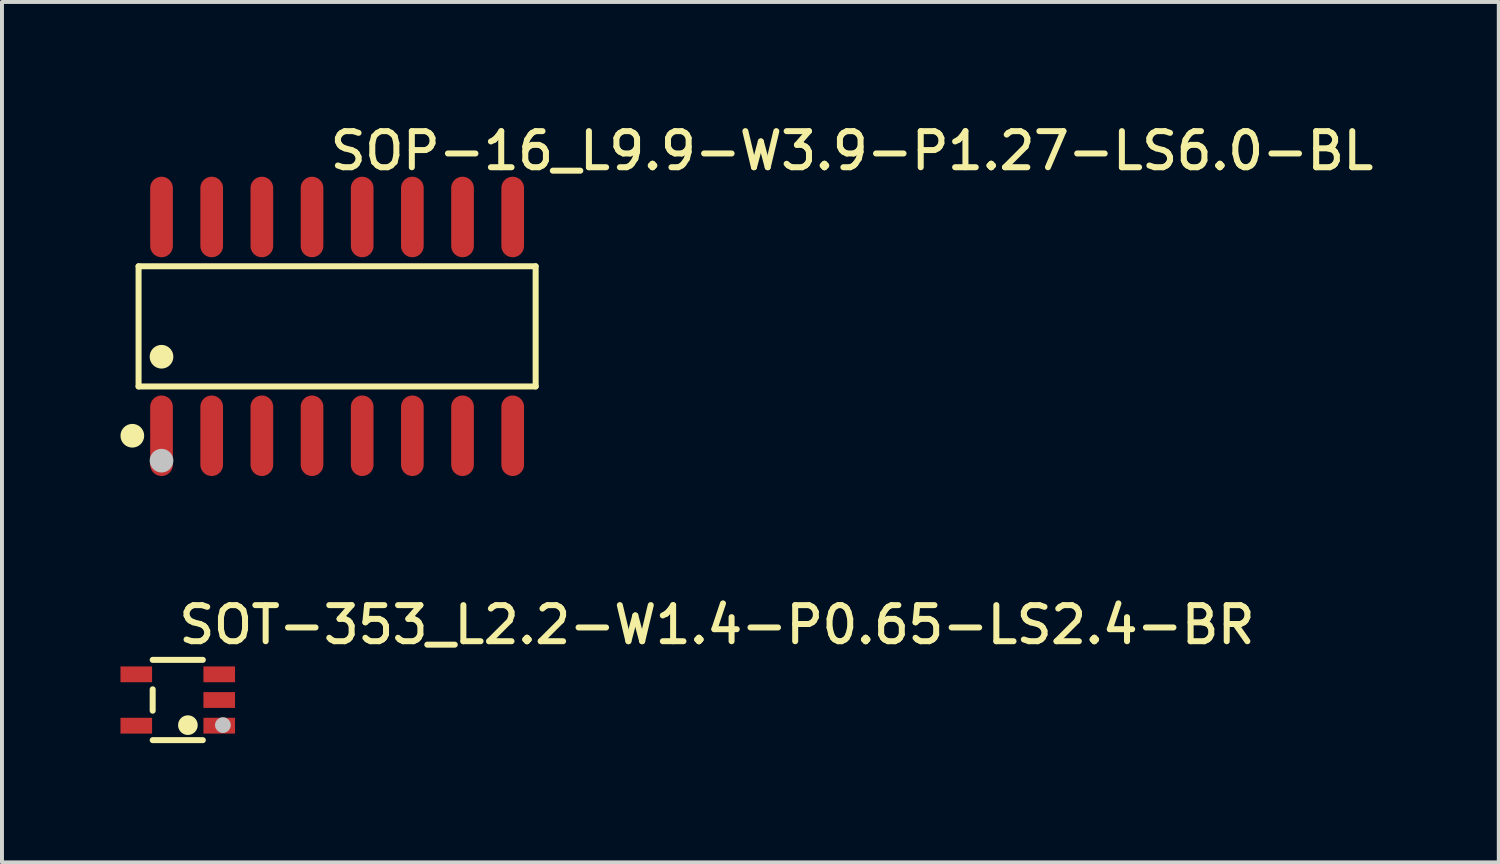
<source format=kicad_pcb>
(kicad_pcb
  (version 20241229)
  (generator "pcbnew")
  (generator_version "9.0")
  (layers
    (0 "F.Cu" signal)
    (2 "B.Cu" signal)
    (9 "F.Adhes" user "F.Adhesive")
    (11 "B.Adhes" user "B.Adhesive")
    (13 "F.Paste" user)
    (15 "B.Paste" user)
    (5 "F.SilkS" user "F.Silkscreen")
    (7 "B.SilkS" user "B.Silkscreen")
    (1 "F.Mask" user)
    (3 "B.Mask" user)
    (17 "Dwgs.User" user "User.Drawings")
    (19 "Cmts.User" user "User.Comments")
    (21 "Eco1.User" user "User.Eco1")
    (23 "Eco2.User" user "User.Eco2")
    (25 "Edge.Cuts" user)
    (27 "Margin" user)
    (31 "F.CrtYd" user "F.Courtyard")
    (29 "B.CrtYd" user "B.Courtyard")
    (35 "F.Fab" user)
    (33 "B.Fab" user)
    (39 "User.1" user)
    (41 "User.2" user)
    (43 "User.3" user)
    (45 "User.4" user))
  (footprint "SOP-16_L9.9-W3.9-P1.27-LS6.0-BL"
    (layer "F.Cu")
    (at 5.484 5.212)
    (property "Reference" "SOP-16_L9.9-W3.9-P1.27-LS6.0-BL" (at -0.254 -4.978 0) (layer "F.SilkS") (effects (font (size 0.914 0.914) (thickness 0.152)) (justify left top)))
    (fp_line (start -5.026 -1.521) (end 5.026 -1.521) (stroke (width 0.152) (type default)) (layer "F.SilkS"))
    (fp_line (start -5.026 1.521) (end -5.026 -1.521) (stroke (width 0.152) (type default)) (layer "F.SilkS"))
    (fp_line (start 5.026 -1.521) (end 5.026 1.521) (stroke (width 0.152) (type default)) (layer "F.SilkS"))
    (fp_line (start 5.026 1.521) (end -5.026 1.521) (stroke (width 0.152) (type default)) (layer "F.SilkS"))
    (fp_circle (center -5.184 2.769) (end -5.034 2.769) (stroke (width 0.3) (type default)) (fill no) (layer "F.SilkS"))
    (fp_circle (center -4.445 0.769) (end -4.295 0.769) (stroke (width 0.3) (type default)) (fill no) (layer "F.SilkS"))
    (fp_circle (center -4.445 3.4) (end -4.295 3.4) (stroke (width 0.3) (type default)) (fill no) (layer "Dwgs.User"))
    (fp_circle (center -4.95 3) (end -4.92 3) (stroke (width 0.06) (type default)) (fill no) (layer "User.5"))
    (pad "1" smd oval (at -4.445 2.769) (size 0.574 2.038) (layers "F.Cu" "F.Mask" "F.Paste"))
    (pad "2" smd oval (at -3.175 2.769) (size 0.574 2.038) (layers "F.Cu" "F.Mask" "F.Paste"))
    (pad "3" smd oval (at -1.905 2.769) (size 0.574 2.038) (layers "F.Cu" "F.Mask" "F.Paste"))
    (pad "4" smd oval (at -0.635 2.769) (size 0.574 2.038) (layers "F.Cu" "F.Mask" "F.Paste"))
    (pad "5" smd oval (at 0.635 2.769) (size 0.574 2.038) (layers "F.Cu" "F.Mask" "F.Paste"))
    (pad "6" smd oval (at 1.905 2.769) (size 0.574 2.038) (layers "F.Cu" "F.Mask" "F.Paste"))
    (pad "7" smd oval (at 3.175 2.769) (size 0.574 2.038) (layers "F.Cu" "F.Mask" "F.Paste"))
    (pad "8" smd oval (at 4.445 2.769) (size 0.574 2.038) (layers "F.Cu" "F.Mask" "F.Paste"))
    (pad "9" smd oval (at 4.445 -2.769) (size 0.574 2.038) (layers "F.Cu" "F.Mask" "F.Paste"))
    (pad "10" smd oval (at 3.175 -2.769) (size 0.574 2.038) (layers "F.Cu" "F.Mask" "F.Paste"))
    (pad "11" smd oval (at 1.905 -2.769) (size 0.574 2.038) (layers "F.Cu" "F.Mask" "F.Paste"))
    (pad "12" smd oval (at 0.635 -2.769) (size 0.574 2.038) (layers "F.Cu" "F.Mask" "F.Paste"))
    (pad "13" smd oval (at -0.635 -2.769) (size 0.574 2.038) (layers "F.Cu" "F.Mask" "F.Paste"))
    (pad "14" smd oval (at -1.905 -2.769) (size 0.574 2.038) (layers "F.Cu" "F.Mask" "F.Paste"))
    (pad "15" smd oval (at -3.175 -2.769) (size 0.574 2.038) (layers "F.Cu" "F.Mask" "F.Paste"))
    (pad "16" smd oval (at -4.445 -2.769) (size 0.574 2.038) (layers "F.Cu" "F.Mask" "F.Paste"))
    (zone (net_name "") (layer "User.3") (hatch edge 0.5) (priority 100) (connect_pads yes) (min_thickness 0) (filled_areas_thickness no) (fill yes) (polygon (pts (xy 0.534 7.162) (xy 0.534 3.262) (xy 10.434 3.262) (xy 10.434 7.162))) (filled_polygon (layer "User.3") (island) (pts (xy 0.534 7.162) (xy 0.534 3.262) (xy 10.434 3.262) (xy 10.434 7.162))))
    (zone (net_name "") (layer "User.4") (hatch edge 0.5) (priority 100) (connect_pads yes) (min_thickness 0) (filled_areas_thickness no) (fill yes) (polygon (pts (xy 0.825 2.862) (xy 0.825 2.212) (xy 1.254 2.212) (xy 1.254 2.862))) (filled_polygon (layer "User.4") (island) (pts (xy 0.825 2.862) (xy 0.825 2.212) (xy 1.254 2.212) (xy 1.254 2.862))))
    (zone (net_name "") (layer "User.4") (hatch edge 0.5) (priority 100) (connect_pads) (min_thickness 0) (filled_areas_thickness no) (keepout (tracks allowed) (vias allowed) (pads allowed) (copperpour not_allowed) (footprints allowed)) (placement (enabled no)) (fill) (polygon (pts (xy 0.825 3.272) (xy 0.825 2.852) (xy 1.254 2.852) (xy 1.254 3.272))))
    (zone (net_name "") (layer "User.4") (hatch edge 0.5) (priority 100) (connect_pads) (min_thickness 0) (filled_areas_thickness no) (keepout (tracks allowed) (vias allowed) (pads allowed) (copperpour not_allowed) (footprints allowed)) (placement (enabled no)) (fill) (polygon (pts (xy 0.825 7.572) (xy 0.825 7.152) (xy 1.254 7.152) (xy 1.254 7.572))))
    (zone (net_name "") (layer "User.4") (hatch edge 0.5) (priority 100) (connect_pads yes) (min_thickness 0) (filled_areas_thickness no) (fill yes) (polygon (pts (xy 0.825 8.212) (xy 0.825 7.562) (xy 1.254 7.562) (xy 1.254 8.212))) (filled_polygon (layer "User.4") (island) (pts (xy 0.825 8.212) (xy 0.825 7.562) (xy 1.254 7.562) (xy 1.254 8.212))))
    (zone (net_name "") (layer "User.4") (hatch edge 0.5) (priority 100) (connect_pads yes) (min_thickness 0) (filled_areas_thickness no) (fill yes) (polygon (pts (xy 2.095 2.862) (xy 2.095 2.212) (xy 2.525 2.212) (xy 2.525 2.862))) (filled_polygon (layer "User.4") (island) (pts (xy 2.095 2.862) (xy 2.095 2.212) (xy 2.525 2.212) (xy 2.525 2.862))))
    (zone (net_name "") (layer "User.4") (hatch edge 0.5) (priority 100) (connect_pads) (min_thickness 0) (filled_areas_thickness no) (keepout (tracks allowed) (vias allowed) (pads allowed) (copperpour not_allowed) (footprints allowed)) (placement (enabled no)) (fill) (polygon (pts (xy 2.095 3.272) (xy 2.095 2.852) (xy 2.525 2.852) (xy 2.525 3.272))))
    (zone (net_name "") (layer "User.4") (hatch edge 0.5) (priority 100) (connect_pads) (min_thickness 0) (filled_areas_thickness no) (keepout (tracks allowed) (vias allowed) (pads allowed) (copperpour not_allowed) (footprints allowed)) (placement (enabled no)) (fill) (polygon (pts (xy 2.095 7.572) (xy 2.095 7.152) (xy 2.525 7.152) (xy 2.525 7.572))))
    (zone (net_name "") (layer "User.4") (hatch edge 0.5) (priority 100) (connect_pads yes) (min_thickness 0) (filled_areas_thickness no) (fill yes) (polygon (pts (xy 2.095 8.212) (xy 2.095 7.562) (xy 2.525 7.562) (xy 2.525 8.212))) (filled_polygon (layer "User.4") (island) (pts (xy 2.095 8.212) (xy 2.095 7.562) (xy 2.525 7.562) (xy 2.525 8.212))))
    (zone (net_name "") (layer "User.4") (hatch edge 0.5) (priority 100) (connect_pads yes) (min_thickness 0) (filled_areas_thickness no) (fill yes) (polygon (pts (xy 3.365 2.862) (xy 3.365 2.212) (xy 3.795 2.212) (xy 3.795 2.862))) (filled_polygon (layer "User.4") (island) (pts (xy 3.365 2.862) (xy 3.365 2.212) (xy 3.795 2.212) (xy 3.795 2.862))))
    (zone (net_name "") (layer "User.4") (hatch edge 0.5) (priority 100) (connect_pads) (min_thickness 0) (filled_areas_thickness no) (keepout (tracks allowed) (vias allowed) (pads allowed) (copperpour not_allowed) (footprints allowed)) (placement (enabled no)) (fill) (polygon (pts (xy 3.365 3.272) (xy 3.365 2.852) (xy 3.795 2.852) (xy 3.795 3.272))))
    (zone (net_name "") (layer "User.4") (hatch edge 0.5) (priority 100) (connect_pads) (min_thickness 0) (filled_areas_thickness no) (keepout (tracks allowed) (vias allowed) (pads allowed) (copperpour not_allowed) (footprints allowed)) (placement (enabled no)) (fill) (polygon (pts (xy 3.365 7.572) (xy 3.365 7.152) (xy 3.795 7.152) (xy 3.795 7.572))))
    (zone (net_name "") (layer "User.4") (hatch edge 0.5) (priority 100) (connect_pads yes) (min_thickness 0) (filled_areas_thickness no) (fill yes) (polygon (pts (xy 3.365 8.212) (xy 3.365 7.562) (xy 3.795 7.562) (xy 3.795 8.212))) (filled_polygon (layer "User.4") (island) (pts (xy 3.365 8.212) (xy 3.365 7.562) (xy 3.795 7.562) (xy 3.795 8.212))))
    (zone (net_name "") (layer "User.4") (hatch edge 0.5) (priority 100) (connect_pads yes) (min_thickness 0) (filled_areas_thickness no) (fill yes) (polygon (pts (xy 4.635 2.862) (xy 4.635 2.212) (xy 5.064 2.212) (xy 5.064 2.862))) (filled_polygon (layer "User.4") (island) (pts (xy 4.635 2.862) (xy 4.635 2.212) (xy 5.064 2.212) (xy 5.064 2.862))))
    (zone (net_name "") (layer "User.4") (hatch edge 0.5) (priority 100) (connect_pads) (min_thickness 0) (filled_areas_thickness no) (keepout (tracks allowed) (vias allowed) (pads allowed) (copperpour not_allowed) (footprints allowed)) (placement (enabled no)) (fill) (polygon (pts (xy 4.635 3.272) (xy 4.635 2.852) (xy 5.064 2.852) (xy 5.064 3.272))))
    (zone (net_name "") (layer "User.4") (hatch edge 0.5) (priority 100) (connect_pads) (min_thickness 0) (filled_areas_thickness no) (keepout (tracks allowed) (vias allowed) (pads allowed) (copperpour not_allowed) (footprints allowed)) (placement (enabled no)) (fill) (polygon (pts (xy 4.635 7.572) (xy 4.635 7.152) (xy 5.064 7.152) (xy 5.064 7.572))))
    (zone (net_name "") (layer "User.4") (hatch edge 0.5) (priority 100) (connect_pads yes) (min_thickness 0) (filled_areas_thickness no) (fill yes) (polygon (pts (xy 4.635 8.212) (xy 4.635 7.562) (xy 5.064 7.562) (xy 5.064 8.212))) (filled_polygon (layer "User.4") (island) (pts (xy 4.635 8.212) (xy 4.635 7.562) (xy 5.064 7.562) (xy 5.064 8.212))))
    (zone (net_name "") (layer "User.4") (hatch edge 0.5) (priority 100) (connect_pads yes) (min_thickness 0) (filled_areas_thickness no) (fill yes) (polygon (pts (xy 5.904 2.862) (xy 5.904 2.212) (xy 6.335 2.212) (xy 6.335 2.862))) (filled_polygon (layer "User.4") (island) (pts (xy 5.904 2.862) (xy 5.904 2.212) (xy 6.335 2.212) (xy 6.335 2.862))))
    (zone (net_name "") (layer "User.4") (hatch edge 0.5) (priority 100) (connect_pads) (min_thickness 0) (filled_areas_thickness no) (keepout (tracks allowed) (vias allowed) (pads allowed) (copperpour not_allowed) (footprints allowed)) (placement (enabled no)) (fill) (polygon (pts (xy 5.904 3.272) (xy 5.904 2.852) (xy 6.335 2.852) (xy 6.335 3.272))))
    (zone (net_name "") (layer "User.4") (hatch edge 0.5) (priority 100) (connect_pads) (min_thickness 0) (filled_areas_thickness no) (keepout (tracks allowed) (vias allowed) (pads allowed) (copperpour not_allowed) (footprints allowed)) (placement (enabled no)) (fill) (polygon (pts (xy 5.904 7.572) (xy 5.904 7.152) (xy 6.335 7.152) (xy 6.335 7.572))))
    (zone (net_name "") (layer "User.4") (hatch edge 0.5) (priority 100) (connect_pads yes) (min_thickness 0) (filled_areas_thickness no) (fill yes) (polygon (pts (xy 5.904 8.212) (xy 5.904 7.562) (xy 6.335 7.562) (xy 6.335 8.212))) (filled_polygon (layer "User.4") (island) (pts (xy 5.904 8.212) (xy 5.904 7.562) (xy 6.335 7.562) (xy 6.335 8.212))))
    (zone (net_name "") (layer "User.4") (hatch edge 0.5) (priority 100) (connect_pads yes) (min_thickness 0) (filled_areas_thickness no) (fill yes) (polygon (pts (xy 7.175 2.862) (xy 7.175 2.212) (xy 7.604 2.212) (xy 7.604 2.862))) (filled_polygon (layer "User.4") (island) (pts (xy 7.175 2.862) (xy 7.175 2.212) (xy 7.604 2.212) (xy 7.604 2.862))))
    (zone (net_name "") (layer "User.4") (hatch edge 0.5) (priority 100) (connect_pads) (min_thickness 0) (filled_areas_thickness no) (keepout (tracks allowed) (vias allowed) (pads allowed) (copperpour not_allowed) (footprints allowed)) (placement (enabled no)) (fill) (polygon (pts (xy 7.175 3.272) (xy 7.175 2.852) (xy 7.604 2.852) (xy 7.604 3.272))))
    (zone (net_name "") (layer "User.4") (hatch edge 0.5) (priority 100) (connect_pads) (min_thickness 0) (filled_areas_thickness no) (keepout (tracks allowed) (vias allowed) (pads allowed) (copperpour not_allowed) (footprints allowed)) (placement (enabled no)) (fill) (polygon (pts (xy 7.175 7.572) (xy 7.175 7.152) (xy 7.604 7.152) (xy 7.604 7.572))))
    (zone (net_name "") (layer "User.4") (hatch edge 0.5) (priority 100) (connect_pads yes) (min_thickness 0) (filled_areas_thickness no) (fill yes) (polygon (pts (xy 7.175 8.212) (xy 7.175 7.562) (xy 7.604 7.562) (xy 7.604 8.212))) (filled_polygon (layer "User.4") (island) (pts (xy 7.175 8.212) (xy 7.175 7.562) (xy 7.604 7.562) (xy 7.604 8.212))))
    (zone (net_name "") (layer "User.4") (hatch edge 0.5) (priority 100) (connect_pads yes) (min_thickness 0) (filled_areas_thickness no) (fill yes) (polygon (pts (xy 8.444 2.862) (xy 8.444 2.212) (xy 8.874 2.212) (xy 8.874 2.862))) (filled_polygon (layer "User.4") (island) (pts (xy 8.444 2.862) (xy 8.444 2.212) (xy 8.874 2.212) (xy 8.874 2.862))))
    (zone (net_name "") (layer "User.4") (hatch edge 0.5) (priority 100) (connect_pads) (min_thickness 0) (filled_areas_thickness no) (keepout (tracks allowed) (vias allowed) (pads allowed) (copperpour not_allowed) (footprints allowed)) (placement (enabled no)) (fill) (polygon (pts (xy 8.444 3.272) (xy 8.444 2.852) (xy 8.874 2.852) (xy 8.874 3.272))))
    (zone (net_name "") (layer "User.4") (hatch edge 0.5) (priority 100) (connect_pads) (min_thickness 0) (filled_areas_thickness no) (keepout (tracks allowed) (vias allowed) (pads allowed) (copperpour not_allowed) (footprints allowed)) (placement (enabled no)) (fill) (polygon (pts (xy 8.444 7.572) (xy 8.444 7.152) (xy 8.874 7.152) (xy 8.874 7.572))))
    (zone (net_name "") (layer "User.4") (hatch edge 0.5) (priority 100) (connect_pads yes) (min_thickness 0) (filled_areas_thickness no) (fill yes) (polygon (pts (xy 8.444 8.212) (xy 8.444 7.562) (xy 8.874 7.562) (xy 8.874 8.212))) (filled_polygon (layer "User.4") (island) (pts (xy 8.444 8.212) (xy 8.444 7.562) (xy 8.874 7.562) (xy 8.874 8.212))))
    (zone (net_name "") (layer "User.4") (hatch edge 0.5) (priority 100) (connect_pads yes) (min_thickness 0) (filled_areas_thickness no) (fill yes) (polygon (pts (xy 9.714 2.862) (xy 9.714 2.212) (xy 10.145 2.212) (xy 10.145 2.862))) (filled_polygon (layer "User.4") (island) (pts (xy 9.714 2.862) (xy 9.714 2.212) (xy 10.145 2.212) (xy 10.145 2.862))))
    (zone (net_name "") (layer "User.4") (hatch edge 0.5) (priority 100) (connect_pads) (min_thickness 0) (filled_areas_thickness no) (keepout (tracks allowed) (vias allowed) (pads allowed) (copperpour not_allowed) (footprints allowed)) (placement (enabled no)) (fill) (polygon (pts (xy 9.714 3.272) (xy 9.714 2.852) (xy 10.145 2.852) (xy 10.145 3.272))))
    (zone (net_name "") (layer "User.4") (hatch edge 0.5) (priority 100) (connect_pads) (min_thickness 0) (filled_areas_thickness no) (keepout (tracks allowed) (vias allowed) (pads allowed) (copperpour not_allowed) (footprints allowed)) (placement (enabled no)) (fill) (polygon (pts (xy 9.714 7.572) (xy 9.714 7.152) (xy 10.145 7.152) (xy 10.145 7.572))))
    (zone (net_name "") (layer "User.4") (hatch edge 0.5) (priority 100) (connect_pads yes) (min_thickness 0) (filled_areas_thickness no) (fill yes) (polygon (pts (xy 9.714 8.212) (xy 9.714 7.562) (xy 10.145 7.562) (xy 10.145 8.212))) (filled_polygon (layer "User.4") (island) (pts (xy 9.714 8.212) (xy 9.714 7.562) (xy 10.145 7.562) (xy 10.145 8.212)))))
  (footprint "SOT-353_L2.2-W1.4-P0.65-LS2.4-BR"
    (layer "F.Cu")
    (at 1.45 14.671)
    (property "Reference" "SOT-353_L2.2-W1.4-P0.65-LS2.4-BR" (at -0.051 -2.438 0) (layer "F.SilkS") (effects (font (size 0.914 0.914) (thickness 0.152)) (justify left top)))
    (fp_line (start -0.635 -1.016) (end 0.635 -1.016) (stroke (width 0.152) (type default)) (layer "F.SilkS"))
    (fp_line (start -0.635 0.271) (end -0.635 -0.271) (stroke (width 0.152) (type default)) (layer "F.SilkS"))
    (fp_line (start 0.635 1.016) (end -0.635 1.016) (stroke (width 0.152) (type default)) (layer "F.SilkS"))
    (fp_arc (start 0.381 0.6375) (mid 0.131994 0.63635) (end 0.381 0.635) (stroke (width 0.2489) (type default)) (layer "F.SilkS"))
    (fp_circle (center 1.143 0.635) (end 1.243 0.635) (stroke (width 0.2) (type default)) (fill no) (layer "Dwgs.User"))
    (fp_circle (center 1.15 1.05) (end 1.18 1.05) (stroke (width 0.06) (type default)) (fill no) (layer "User.5"))
    (pad "1" smd rect (at 1.05 0.65 270) (size 0.4 0.8) (layers "F.Cu" "F.Mask" "F.Paste"))
    (pad "2" smd rect (at 1.05 0 270) (size 0.4 0.8) (layers "F.Cu" "F.Mask" "F.Paste"))
    (pad "3" smd rect (at 1.05 -0.65 270) (size 0.4 0.8) (layers "F.Cu" "F.Mask" "F.Paste"))
    (pad "4" smd rect (at -1.05 -0.65 270) (size 0.4 0.8) (layers "F.Cu" "F.Mask" "F.Paste"))
    (pad "5" smd rect (at -1.05 0.65 270) (size 0.4 0.8) (layers "F.Cu" "F.Mask" "F.Paste"))
    (zone (net_name "") (layer "User.3") (hatch edge 0.5) (priority 100) (connect_pads yes) (min_thickness 0) (filled_areas_thickness no) (fill yes) (polygon (pts (xy 0.8 15.721) (xy 0.8 13.621) (xy 2.1 13.621) (xy 2.1 15.721))) (filled_polygon (layer "User.3") (island) (pts (xy 0.8 15.721) (xy 0.8 13.621) (xy 2.1 13.621) (xy 2.1 15.721))))
    (zone (net_name "") (layer "User.4") (hatch edge 0.5) (priority 100) (connect_pads yes) (min_thickness 0) (filled_areas_thickness no) (fill yes) (polygon (pts (xy 0.3 14.146) (xy 0.3 13.896) (xy 0.66 13.896) (xy 0.66 14.146))) (filled_polygon (layer "User.4") (island) (pts (xy 0.3 14.146) (xy 0.3 13.896) (xy 0.66 13.896) (xy 0.66 14.146))))
    (zone (net_name "") (layer "User.4") (hatch edge 0.5) (priority 100) (connect_pads yes) (min_thickness 0) (filled_areas_thickness no) (fill yes) (polygon (pts (xy 0.3 15.446) (xy 0.3 15.196) (xy 0.66 15.196) (xy 0.66 15.446))) (filled_polygon (layer "User.4") (island) (pts (xy 0.3 15.446) (xy 0.3 15.196) (xy 0.66 15.196) (xy 0.66 15.446))))
    (zone (net_name "") (layer "User.4") (hatch edge 0.5) (priority 100) (connect_pads) (min_thickness 0) (filled_areas_thickness no) (keepout (tracks allowed) (vias allowed) (pads allowed) (copperpour not_allowed) (footprints allowed)) (placement (enabled no)) (fill) (polygon (pts (xy 0.65 14.146) (xy 0.65 13.896) (xy 0.835 13.896) (xy 0.835 14.146))))
    (zone (net_name "") (layer "User.4") (hatch edge 0.5) (priority 100) (connect_pads) (min_thickness 0) (filled_areas_thickness no) (keepout (tracks allowed) (vias allowed) (pads allowed) (copperpour not_allowed) (footprints allowed)) (placement (enabled no)) (fill) (polygon (pts (xy 0.65 15.446) (xy 0.65 15.196) (xy 0.835 15.196) (xy 0.835 15.446))))
    (zone (net_name "") (layer "User.4") (hatch edge 0.5) (priority 100) (connect_pads) (min_thickness 0) (filled_areas_thickness no) (keepout (tracks allowed) (vias allowed) (pads allowed) (copperpour not_allowed) (footprints allowed)) (placement (enabled no)) (fill) (polygon (pts (xy 2.065 14.146) (xy 2.065 13.896) (xy 2.25 13.896) (xy 2.25 14.146))))
    (zone (net_name "") (layer "User.4") (hatch edge 0.5) (priority 100) (connect_pads) (min_thickness 0) (filled_areas_thickness no) (keepout (tracks allowed) (vias allowed) (pads allowed) (copperpour not_allowed) (footprints allowed)) (placement (enabled no)) (fill) (polygon (pts (xy 2.065 14.796) (xy 2.065 14.546) (xy 2.25 14.546) (xy 2.25 14.796))))
    (zone (net_name "") (layer "User.4") (hatch edge 0.5) (priority 100) (connect_pads) (min_thickness 0) (filled_areas_thickness no) (keepout (tracks allowed) (vias allowed) (pads allowed) (copperpour not_allowed) (footprints allowed)) (placement (enabled no)) (fill) (polygon (pts (xy 2.065 15.446) (xy 2.065 15.196) (xy 2.25 15.196) (xy 2.25 15.446))))
    (zone (net_name "") (layer "User.4") (hatch edge 0.5) (priority 100) (connect_pads yes) (min_thickness 0) (filled_areas_thickness no) (fill yes) (polygon (pts (xy 2.24 14.146) (xy 2.24 13.896) (xy 2.6 13.896) (xy 2.6 14.146))) (filled_polygon (layer "User.4") (island) (pts (xy 2.24 14.146) (xy 2.24 13.896) (xy 2.6 13.896) (xy 2.6 14.146))))
    (zone (net_name "") (layer "User.4") (hatch edge 0.5) (priority 100) (connect_pads yes) (min_thickness 0) (filled_areas_thickness no) (fill yes) (polygon (pts (xy 2.24 14.796) (xy 2.24 14.546) (xy 2.6 14.546) (xy 2.6 14.796))) (filled_polygon (layer "User.4") (island) (pts (xy 2.24 14.796) (xy 2.24 14.546) (xy 2.6 14.546) (xy 2.6 14.796))))
    (zone (net_name "") (layer "User.4") (hatch edge 0.5) (priority 100) (connect_pads yes) (min_thickness 0) (filled_areas_thickness no) (fill yes) (polygon (pts (xy 2.24 15.446) (xy 2.24 15.196) (xy 2.6 15.196) (xy 2.6 15.446))) (filled_polygon (layer "User.4") (island) (pts (xy 2.24 15.446) (xy 2.24 15.196) (xy 2.6 15.196) (xy 2.6 15.446)))))
  (gr_rect
    (start -3 -3)
    (end 34.892 18.781)
    (stroke (width 0.1) (type default))
    (fill no)
    (layer "Edge.Cuts")))
</source>
